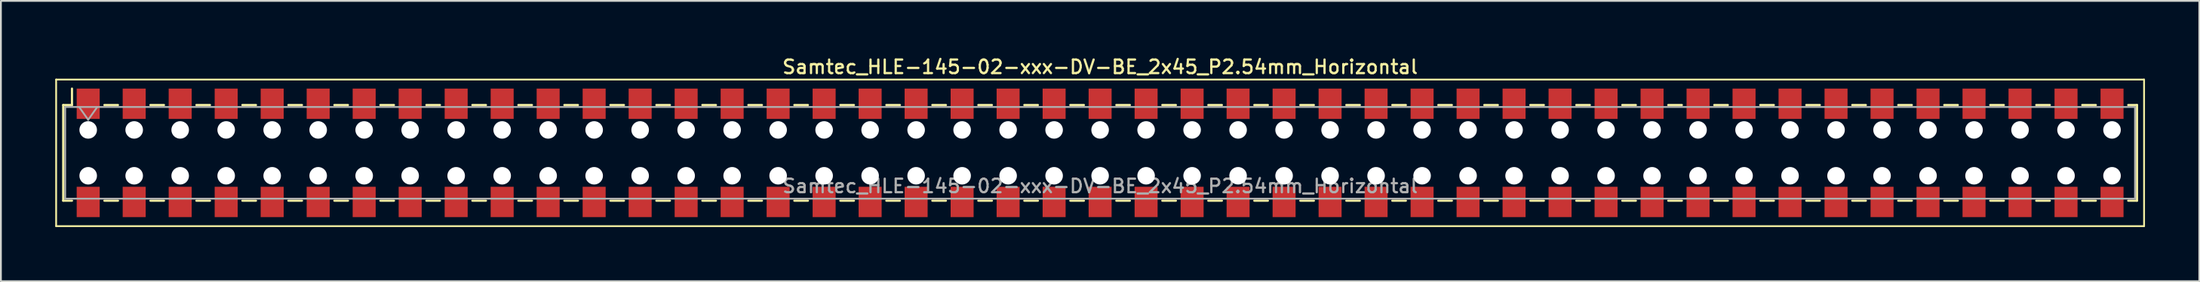
<source format=kicad_pcb>
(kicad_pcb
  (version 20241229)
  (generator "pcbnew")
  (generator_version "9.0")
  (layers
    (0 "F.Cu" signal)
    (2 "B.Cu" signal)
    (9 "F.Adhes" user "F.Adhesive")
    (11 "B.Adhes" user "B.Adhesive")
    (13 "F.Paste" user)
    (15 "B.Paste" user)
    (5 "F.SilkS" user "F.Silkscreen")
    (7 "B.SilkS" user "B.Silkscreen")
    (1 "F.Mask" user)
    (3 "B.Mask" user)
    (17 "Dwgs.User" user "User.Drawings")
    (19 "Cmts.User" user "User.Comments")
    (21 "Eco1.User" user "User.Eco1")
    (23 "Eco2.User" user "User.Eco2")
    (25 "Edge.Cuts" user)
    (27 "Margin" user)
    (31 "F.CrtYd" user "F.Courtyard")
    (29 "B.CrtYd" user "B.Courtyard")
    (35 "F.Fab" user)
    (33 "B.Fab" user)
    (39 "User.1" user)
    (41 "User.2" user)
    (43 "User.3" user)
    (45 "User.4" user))
  (footprint "Samtec_HLE-145-02-xxx-DV-BE_2x45_P2.54mm_Horizontal"
    (layer "F.Cu")
    (at 57.7 5.418)
    (property "Reference" "Samtec_HLE-145-02-xxx-DV-BE_2x45_P2.54mm_Horizontal" (at 0 -4.76 0) (layer "F.SilkS") (effects (font (size 0.75 0.75) (thickness 0.125))))
    (attr smd)
    (fp_line (start -57.65 -4.06) (end 57.65 -4.06) (stroke (width 0.1) (type solid)) (layer "F.SilkS"))
    (fp_line (start -57.65 4.06) (end -57.65 -4.06) (stroke (width 0.1) (type solid)) (layer "F.SilkS"))
    (fp_line (start -57.26 -2.65) (end -57.26 2.65) (stroke (width 0.12) (type solid)) (layer "F.SilkS"))
    (fp_line (start -57.26 2.65) (end -56.775 2.65) (stroke (width 0.12) (type solid)) (layer "F.SilkS"))
    (fp_line (start -56.775 -3.56) (end -56.775 -2.65) (stroke (width 0.12) (type solid)) (layer "F.SilkS"))
    (fp_line (start -56.775 -2.65) (end -57.26 -2.65) (stroke (width 0.12) (type solid)) (layer "F.SilkS"))
    (fp_line (start -54.985 -2.65) (end -54.235 -2.65) (stroke (width 0.12) (type solid)) (layer "F.SilkS"))
    (fp_line (start -54.985 2.65) (end -54.235 2.65) (stroke (width 0.12) (type solid)) (layer "F.SilkS"))
    (fp_line (start -52.445 -2.65) (end -51.695 -2.65) (stroke (width 0.12) (type solid)) (layer "F.SilkS"))
    (fp_line (start -52.445 2.65) (end -51.695 2.65) (stroke (width 0.12) (type solid)) (layer "F.SilkS"))
    (fp_line (start -49.905 -2.65) (end -49.155 -2.65) (stroke (width 0.12) (type solid)) (layer "F.SilkS"))
    (fp_line (start -49.905 2.65) (end -49.155 2.65) (stroke (width 0.12) (type solid)) (layer "F.SilkS"))
    (fp_line (start -47.365 -2.65) (end -46.615 -2.65) (stroke (width 0.12) (type solid)) (layer "F.SilkS"))
    (fp_line (start -47.365 2.65) (end -46.615 2.65) (stroke (width 0.12) (type solid)) (layer "F.SilkS"))
    (fp_line (start -44.825 -2.65) (end -44.075 -2.65) (stroke (width 0.12) (type solid)) (layer "F.SilkS"))
    (fp_line (start -44.825 2.65) (end -44.075 2.65) (stroke (width 0.12) (type solid)) (layer "F.SilkS"))
    (fp_line (start -42.285 -2.65) (end -41.535 -2.65) (stroke (width 0.12) (type solid)) (layer "F.SilkS"))
    (fp_line (start -42.285 2.65) (end -41.535 2.65) (stroke (width 0.12) (type solid)) (layer "F.SilkS"))
    (fp_line (start -39.745 -2.65) (end -38.995 -2.65) (stroke (width 0.12) (type solid)) (layer "F.SilkS"))
    (fp_line (start -39.745 2.65) (end -38.995 2.65) (stroke (width 0.12) (type solid)) (layer "F.SilkS"))
    (fp_line (start -37.205 -2.65) (end -36.455 -2.65) (stroke (width 0.12) (type solid)) (layer "F.SilkS"))
    (fp_line (start -37.205 2.65) (end -36.455 2.65) (stroke (width 0.12) (type solid)) (layer "F.SilkS"))
    (fp_line (start -34.665 -2.65) (end -33.915 -2.65) (stroke (width 0.12) (type solid)) (layer "F.SilkS"))
    (fp_line (start -34.665 2.65) (end -33.915 2.65) (stroke (width 0.12) (type solid)) (layer "F.SilkS"))
    (fp_line (start -32.125 -2.65) (end -31.375 -2.65) (stroke (width 0.12) (type solid)) (layer "F.SilkS"))
    (fp_line (start -32.125 2.65) (end -31.375 2.65) (stroke (width 0.12) (type solid)) (layer "F.SilkS"))
    (fp_line (start -29.585 -2.65) (end -28.835 -2.65) (stroke (width 0.12) (type solid)) (layer "F.SilkS"))
    (fp_line (start -29.585 2.65) (end -28.835 2.65) (stroke (width 0.12) (type solid)) (layer "F.SilkS"))
    (fp_line (start -27.045 -2.65) (end -26.295 -2.65) (stroke (width 0.12) (type solid)) (layer "F.SilkS"))
    (fp_line (start -27.045 2.65) (end -26.295 2.65) (stroke (width 0.12) (type solid)) (layer "F.SilkS"))
    (fp_line (start -24.505 -2.65) (end -23.755 -2.65) (stroke (width 0.12) (type solid)) (layer "F.SilkS"))
    (fp_line (start -24.505 2.65) (end -23.755 2.65) (stroke (width 0.12) (type solid)) (layer "F.SilkS"))
    (fp_line (start -21.965 -2.65) (end -21.215 -2.65) (stroke (width 0.12) (type solid)) (layer "F.SilkS"))
    (fp_line (start -21.965 2.65) (end -21.215 2.65) (stroke (width 0.12) (type solid)) (layer "F.SilkS"))
    (fp_line (start -19.425 -2.65) (end -18.675 -2.65) (stroke (width 0.12) (type solid)) (layer "F.SilkS"))
    (fp_line (start -19.425 2.65) (end -18.675 2.65) (stroke (width 0.12) (type solid)) (layer "F.SilkS"))
    (fp_line (start -16.885 -2.65) (end -16.135 -2.65) (stroke (width 0.12) (type solid)) (layer "F.SilkS"))
    (fp_line (start -16.885 2.65) (end -16.135 2.65) (stroke (width 0.12) (type solid)) (layer "F.SilkS"))
    (fp_line (start -14.345 -2.65) (end -13.595 -2.65) (stroke (width 0.12) (type solid)) (layer "F.SilkS"))
    (fp_line (start -14.345 2.65) (end -13.595 2.65) (stroke (width 0.12) (type solid)) (layer "F.SilkS"))
    (fp_line (start -11.805 -2.65) (end -11.055 -2.65) (stroke (width 0.12) (type solid)) (layer "F.SilkS"))
    (fp_line (start -11.805 2.65) (end -11.055 2.65) (stroke (width 0.12) (type solid)) (layer "F.SilkS"))
    (fp_line (start -9.265 -2.65) (end -8.515 -2.65) (stroke (width 0.12) (type solid)) (layer "F.SilkS"))
    (fp_line (start -9.265 2.65) (end -8.515 2.65) (stroke (width 0.12) (type solid)) (layer "F.SilkS"))
    (fp_line (start -6.725 -2.65) (end -5.975 -2.65) (stroke (width 0.12) (type solid)) (layer "F.SilkS"))
    (fp_line (start -6.725 2.65) (end -5.975 2.65) (stroke (width 0.12) (type solid)) (layer "F.SilkS"))
    (fp_line (start -4.185 -2.65) (end -3.435 -2.65) (stroke (width 0.12) (type solid)) (layer "F.SilkS"))
    (fp_line (start -4.185 2.65) (end -3.435 2.65) (stroke (width 0.12) (type solid)) (layer "F.SilkS"))
    (fp_line (start -1.645 -2.65) (end -0.895 -2.65) (stroke (width 0.12) (type solid)) (layer "F.SilkS"))
    (fp_line (start -1.645 2.65) (end -0.895 2.65) (stroke (width 0.12) (type solid)) (layer "F.SilkS"))
    (fp_line (start 0.895 -2.65) (end 1.645 -2.65) (stroke (width 0.12) (type solid)) (layer "F.SilkS"))
    (fp_line (start 0.895 2.65) (end 1.645 2.65) (stroke (width 0.12) (type solid)) (layer "F.SilkS"))
    (fp_line (start 3.435 -2.65) (end 4.185 -2.65) (stroke (width 0.12) (type solid)) (layer "F.SilkS"))
    (fp_line (start 3.435 2.65) (end 4.185 2.65) (stroke (width 0.12) (type solid)) (layer "F.SilkS"))
    (fp_line (start 5.975 -2.65) (end 6.725 -2.65) (stroke (width 0.12) (type solid)) (layer "F.SilkS"))
    (fp_line (start 5.975 2.65) (end 6.725 2.65) (stroke (width 0.12) (type solid)) (layer "F.SilkS"))
    (fp_line (start 8.515 -2.65) (end 9.265 -2.65) (stroke (width 0.12) (type solid)) (layer "F.SilkS"))
    (fp_line (start 8.515 2.65) (end 9.265 2.65) (stroke (width 0.12) (type solid)) (layer "F.SilkS"))
    (fp_line (start 11.055 -2.65) (end 11.805 -2.65) (stroke (width 0.12) (type solid)) (layer "F.SilkS"))
    (fp_line (start 11.055 2.65) (end 11.805 2.65) (stroke (width 0.12) (type solid)) (layer "F.SilkS"))
    (fp_line (start 13.595 -2.65) (end 14.345 -2.65) (stroke (width 0.12) (type solid)) (layer "F.SilkS"))
    (fp_line (start 13.595 2.65) (end 14.345 2.65) (stroke (width 0.12) (type solid)) (layer "F.SilkS"))
    (fp_line (start 16.135 -2.65) (end 16.885 -2.65) (stroke (width 0.12) (type solid)) (layer "F.SilkS"))
    (fp_line (start 16.135 2.65) (end 16.885 2.65) (stroke (width 0.12) (type solid)) (layer "F.SilkS"))
    (fp_line (start 18.675 -2.65) (end 19.425 -2.65) (stroke (width 0.12) (type solid)) (layer "F.SilkS"))
    (fp_line (start 18.675 2.65) (end 19.425 2.65) (stroke (width 0.12) (type solid)) (layer "F.SilkS"))
    (fp_line (start 21.215 -2.65) (end 21.965 -2.65) (stroke (width 0.12) (type solid)) (layer "F.SilkS"))
    (fp_line (start 21.215 2.65) (end 21.965 2.65) (stroke (width 0.12) (type solid)) (layer "F.SilkS"))
    (fp_line (start 23.755 -2.65) (end 24.505 -2.65) (stroke (width 0.12) (type solid)) (layer "F.SilkS"))
    (fp_line (start 23.755 2.65) (end 24.505 2.65) (stroke (width 0.12) (type solid)) (layer "F.SilkS"))
    (fp_line (start 26.295 -2.65) (end 27.045 -2.65) (stroke (width 0.12) (type solid)) (layer "F.SilkS"))
    (fp_line (start 26.295 2.65) (end 27.045 2.65) (stroke (width 0.12) (type solid)) (layer "F.SilkS"))
    (fp_line (start 28.835 -2.65) (end 29.585 -2.65) (stroke (width 0.12) (type solid)) (layer "F.SilkS"))
    (fp_line (start 28.835 2.65) (end 29.585 2.65) (stroke (width 0.12) (type solid)) (layer "F.SilkS"))
    (fp_line (start 31.375 -2.65) (end 32.125 -2.65) (stroke (width 0.12) (type solid)) (layer "F.SilkS"))
    (fp_line (start 31.375 2.65) (end 32.125 2.65) (stroke (width 0.12) (type solid)) (layer "F.SilkS"))
    (fp_line (start 33.915 -2.65) (end 34.665 -2.65) (stroke (width 0.12) (type solid)) (layer "F.SilkS"))
    (fp_line (start 33.915 2.65) (end 34.665 2.65) (stroke (width 0.12) (type solid)) (layer "F.SilkS"))
    (fp_line (start 36.455 -2.65) (end 37.205 -2.65) (stroke (width 0.12) (type solid)) (layer "F.SilkS"))
    (fp_line (start 36.455 2.65) (end 37.205 2.65) (stroke (width 0.12) (type solid)) (layer "F.SilkS"))
    (fp_line (start 38.995 -2.65) (end 39.745 -2.65) (stroke (width 0.12) (type solid)) (layer "F.SilkS"))
    (fp_line (start 38.995 2.65) (end 39.745 2.65) (stroke (width 0.12) (type solid)) (layer "F.SilkS"))
    (fp_line (start 41.535 -2.65) (end 42.285 -2.65) (stroke (width 0.12) (type solid)) (layer "F.SilkS"))
    (fp_line (start 41.535 2.65) (end 42.285 2.65) (stroke (width 0.12) (type solid)) (layer "F.SilkS"))
    (fp_line (start 44.075 -2.65) (end 44.825 -2.65) (stroke (width 0.12) (type solid)) (layer "F.SilkS"))
    (fp_line (start 44.075 2.65) (end 44.825 2.65) (stroke (width 0.12) (type solid)) (layer "F.SilkS"))
    (fp_line (start 46.615 -2.65) (end 47.365 -2.65) (stroke (width 0.12) (type solid)) (layer "F.SilkS"))
    (fp_line (start 46.615 2.65) (end 47.365 2.65) (stroke (width 0.12) (type solid)) (layer "F.SilkS"))
    (fp_line (start 49.155 -2.65) (end 49.905 -2.65) (stroke (width 0.12) (type solid)) (layer "F.SilkS"))
    (fp_line (start 49.155 2.65) (end 49.905 2.65) (stroke (width 0.12) (type solid)) (layer "F.SilkS"))
    (fp_line (start 51.695 -2.65) (end 52.445 -2.65) (stroke (width 0.12) (type solid)) (layer "F.SilkS"))
    (fp_line (start 51.695 2.65) (end 52.445 2.65) (stroke (width 0.12) (type solid)) (layer "F.SilkS"))
    (fp_line (start 54.235 -2.65) (end 54.985 -2.65) (stroke (width 0.12) (type solid)) (layer "F.SilkS"))
    (fp_line (start 54.235 2.65) (end 54.985 2.65) (stroke (width 0.12) (type solid)) (layer "F.SilkS"))
    (fp_line (start 56.775 -2.65) (end 57.26 -2.65) (stroke (width 0.12) (type solid)) (layer "F.SilkS"))
    (fp_line (start 57.26 -2.65) (end 57.26 2.65) (stroke (width 0.12) (type solid)) (layer "F.SilkS"))
    (fp_line (start 57.26 2.65) (end 56.775 2.65) (stroke (width 0.12) (type solid)) (layer "F.SilkS"))
    (fp_line (start 57.65 -4.06) (end 57.65 4.06) (stroke (width 0.1) (type solid)) (layer "F.SilkS"))
    (fp_line (start 57.65 4.06) (end -57.65 4.06) (stroke (width 0.1) (type solid)) (layer "F.SilkS"))
    (fp_line (start -57.15 -2.54) (end 57.15 -2.54) (stroke (width 0.1) (type solid)) (layer "F.Fab"))
    (fp_line (start -57.15 2.54) (end -57.15 -2.54) (stroke (width 0.1) (type solid)) (layer "F.Fab"))
    (fp_line (start -56.38 -2.54) (end -55.88 -1.833) (stroke (width 0.1) (type solid)) (layer "F.Fab"))
    (fp_line (start -55.88 -1.833) (end -55.38 -2.54) (stroke (width 0.1) (type solid)) (layer "F.Fab"))
    (fp_line (start 57.15 -2.54) (end 57.15 2.54) (stroke (width 0.1) (type solid)) (layer "F.Fab"))
    (fp_line (start 57.15 2.54) (end -57.15 2.54) (stroke (width 0.1) (type solid)) (layer "F.Fab"))
    (fp_text user "${REFERENCE}" (at 0 1.84 0) (layer "F.Fab") (effects (font (size 0.75 0.75) (thickness 0.125))))
    (pad "" np_thru_hole circle (at -55.88 -1.27) (size 0.97 0.97) (drill 0.97) (layers "*.Cu" "*.Mask"))
    (pad "" np_thru_hole circle (at -55.88 1.27) (size 0.97 0.97) (drill 0.97) (layers "*.Cu" "*.Mask"))
    (pad "" np_thru_hole circle (at -53.34 -1.27) (size 0.97 0.97) (drill 0.97) (layers "*.Cu" "*.Mask"))
    (pad "" np_thru_hole circle (at -53.34 1.27) (size 0.97 0.97) (drill 0.97) (layers "*.Cu" "*.Mask"))
    (pad "" np_thru_hole circle (at -50.8 -1.27) (size 0.97 0.97) (drill 0.97) (layers "*.Cu" "*.Mask"))
    (pad "" np_thru_hole circle (at -50.8 1.27) (size 0.97 0.97) (drill 0.97) (layers "*.Cu" "*.Mask"))
    (pad "" np_thru_hole circle (at -48.26 -1.27) (size 0.97 0.97) (drill 0.97) (layers "*.Cu" "*.Mask"))
    (pad "" np_thru_hole circle (at -48.26 1.27) (size 0.97 0.97) (drill 0.97) (layers "*.Cu" "*.Mask"))
    (pad "" np_thru_hole circle (at -45.72 -1.27) (size 0.97 0.97) (drill 0.97) (layers "*.Cu" "*.Mask"))
    (pad "" np_thru_hole circle (at -45.72 1.27) (size 0.97 0.97) (drill 0.97) (layers "*.Cu" "*.Mask"))
    (pad "" np_thru_hole circle (at -43.18 -1.27) (size 0.97 0.97) (drill 0.97) (layers "*.Cu" "*.Mask"))
    (pad "" np_thru_hole circle (at -43.18 1.27) (size 0.97 0.97) (drill 0.97) (layers "*.Cu" "*.Mask"))
    (pad "" np_thru_hole circle (at -40.64 -1.27) (size 0.97 0.97) (drill 0.97) (layers "*.Cu" "*.Mask"))
    (pad "" np_thru_hole circle (at -40.64 1.27) (size 0.97 0.97) (drill 0.97) (layers "*.Cu" "*.Mask"))
    (pad "" np_thru_hole circle (at -38.1 -1.27) (size 0.97 0.97) (drill 0.97) (layers "*.Cu" "*.Mask"))
    (pad "" np_thru_hole circle (at -38.1 1.27) (size 0.97 0.97) (drill 0.97) (layers "*.Cu" "*.Mask"))
    (pad "" np_thru_hole circle (at -35.56 -1.27) (size 0.97 0.97) (drill 0.97) (layers "*.Cu" "*.Mask"))
    (pad "" np_thru_hole circle (at -35.56 1.27) (size 0.97 0.97) (drill 0.97) (layers "*.Cu" "*.Mask"))
    (pad "" np_thru_hole circle (at -33.02 -1.27) (size 0.97 0.97) (drill 0.97) (layers "*.Cu" "*.Mask"))
    (pad "" np_thru_hole circle (at -33.02 1.27) (size 0.97 0.97) (drill 0.97) (layers "*.Cu" "*.Mask"))
    (pad "" np_thru_hole circle (at -30.48 -1.27) (size 0.97 0.97) (drill 0.97) (layers "*.Cu" "*.Mask"))
    (pad "" np_thru_hole circle (at -30.48 1.27) (size 0.97 0.97) (drill 0.97) (layers "*.Cu" "*.Mask"))
    (pad "" np_thru_hole circle (at -27.94 -1.27) (size 0.97 0.97) (drill 0.97) (layers "*.Cu" "*.Mask"))
    (pad "" np_thru_hole circle (at -27.94 1.27) (size 0.97 0.97) (drill 0.97) (layers "*.Cu" "*.Mask"))
    (pad "" np_thru_hole circle (at -25.4 -1.27) (size 0.97 0.97) (drill 0.97) (layers "*.Cu" "*.Mask"))
    (pad "" np_thru_hole circle (at -25.4 1.27) (size 0.97 0.97) (drill 0.97) (layers "*.Cu" "*.Mask"))
    (pad "" np_thru_hole circle (at -22.86 -1.27) (size 0.97 0.97) (drill 0.97) (layers "*.Cu" "*.Mask"))
    (pad "" np_thru_hole circle (at -22.86 1.27) (size 0.97 0.97) (drill 0.97) (layers "*.Cu" "*.Mask"))
    (pad "" np_thru_hole circle (at -20.32 -1.27) (size 0.97 0.97) (drill 0.97) (layers "*.Cu" "*.Mask"))
    (pad "" np_thru_hole circle (at -20.32 1.27) (size 0.97 0.97) (drill 0.97) (layers "*.Cu" "*.Mask"))
    (pad "" np_thru_hole circle (at -17.78 -1.27) (size 0.97 0.97) (drill 0.97) (layers "*.Cu" "*.Mask"))
    (pad "" np_thru_hole circle (at -17.78 1.27) (size 0.97 0.97) (drill 0.97) (layers "*.Cu" "*.Mask"))
    (pad "" np_thru_hole circle (at -15.24 -1.27) (size 0.97 0.97) (drill 0.97) (layers "*.Cu" "*.Mask"))
    (pad "" np_thru_hole circle (at -15.24 1.27) (size 0.97 0.97) (drill 0.97) (layers "*.Cu" "*.Mask"))
    (pad "" np_thru_hole circle (at -12.7 -1.27) (size 0.97 0.97) (drill 0.97) (layers "*.Cu" "*.Mask"))
    (pad "" np_thru_hole circle (at -12.7 1.27) (size 0.97 0.97) (drill 0.97) (layers "*.Cu" "*.Mask"))
    (pad "" np_thru_hole circle (at -10.16 -1.27) (size 0.97 0.97) (drill 0.97) (layers "*.Cu" "*.Mask"))
    (pad "" np_thru_hole circle (at -10.16 1.27) (size 0.97 0.97) (drill 0.97) (layers "*.Cu" "*.Mask"))
    (pad "" np_thru_hole circle (at -7.62 -1.27) (size 0.97 0.97) (drill 0.97) (layers "*.Cu" "*.Mask"))
    (pad "" np_thru_hole circle (at -7.62 1.27) (size 0.97 0.97) (drill 0.97) (layers "*.Cu" "*.Mask"))
    (pad "" np_thru_hole circle (at -5.08 -1.27) (size 0.97 0.97) (drill 0.97) (layers "*.Cu" "*.Mask"))
    (pad "" np_thru_hole circle (at -5.08 1.27) (size 0.97 0.97) (drill 0.97) (layers "*.Cu" "*.Mask"))
    (pad "" np_thru_hole circle (at -2.54 -1.27) (size 0.97 0.97) (drill 0.97) (layers "*.Cu" "*.Mask"))
    (pad "" np_thru_hole circle (at -2.54 1.27) (size 0.97 0.97) (drill 0.97) (layers "*.Cu" "*.Mask"))
    (pad "" np_thru_hole circle (at 0 -1.27) (size 0.97 0.97) (drill 0.97) (layers "*.Cu" "*.Mask"))
    (pad "" np_thru_hole circle (at 0 1.27) (size 0.97 0.97) (drill 0.97) (layers "*.Cu" "*.Mask"))
    (pad "" np_thru_hole circle (at 2.54 -1.27) (size 0.97 0.97) (drill 0.97) (layers "*.Cu" "*.Mask"))
    (pad "" np_thru_hole circle (at 2.54 1.27) (size 0.97 0.97) (drill 0.97) (layers "*.Cu" "*.Mask"))
    (pad "" np_thru_hole circle (at 5.08 -1.27) (size 0.97 0.97) (drill 0.97) (layers "*.Cu" "*.Mask"))
    (pad "" np_thru_hole circle (at 5.08 1.27) (size 0.97 0.97) (drill 0.97) (layers "*.Cu" "*.Mask"))
    (pad "" np_thru_hole circle (at 7.62 -1.27) (size 0.97 0.97) (drill 0.97) (layers "*.Cu" "*.Mask"))
    (pad "" np_thru_hole circle (at 7.62 1.27) (size 0.97 0.97) (drill 0.97) (layers "*.Cu" "*.Mask"))
    (pad "" np_thru_hole circle (at 10.16 -1.27) (size 0.97 0.97) (drill 0.97) (layers "*.Cu" "*.Mask"))
    (pad "" np_thru_hole circle (at 10.16 1.27) (size 0.97 0.97) (drill 0.97) (layers "*.Cu" "*.Mask"))
    (pad "" np_thru_hole circle (at 12.7 -1.27) (size 0.97 0.97) (drill 0.97) (layers "*.Cu" "*.Mask"))
    (pad "" np_thru_hole circle (at 12.7 1.27) (size 0.97 0.97) (drill 0.97) (layers "*.Cu" "*.Mask"))
    (pad "" np_thru_hole circle (at 15.24 -1.27) (size 0.97 0.97) (drill 0.97) (layers "*.Cu" "*.Mask"))
    (pad "" np_thru_hole circle (at 15.24 1.27) (size 0.97 0.97) (drill 0.97) (layers "*.Cu" "*.Mask"))
    (pad "" np_thru_hole circle (at 17.78 -1.27) (size 0.97 0.97) (drill 0.97) (layers "*.Cu" "*.Mask"))
    (pad "" np_thru_hole circle (at 17.78 1.27) (size 0.97 0.97) (drill 0.97) (layers "*.Cu" "*.Mask"))
    (pad "" np_thru_hole circle (at 20.32 -1.27) (size 0.97 0.97) (drill 0.97) (layers "*.Cu" "*.Mask"))
    (pad "" np_thru_hole circle (at 20.32 1.27) (size 0.97 0.97) (drill 0.97) (layers "*.Cu" "*.Mask"))
    (pad "" np_thru_hole circle (at 22.86 -1.27) (size 0.97 0.97) (drill 0.97) (layers "*.Cu" "*.Mask"))
    (pad "" np_thru_hole circle (at 22.86 1.27) (size 0.97 0.97) (drill 0.97) (layers "*.Cu" "*.Mask"))
    (pad "" np_thru_hole circle (at 25.4 -1.27) (size 0.97 0.97) (drill 0.97) (layers "*.Cu" "*.Mask"))
    (pad "" np_thru_hole circle (at 25.4 1.27) (size 0.97 0.97) (drill 0.97) (layers "*.Cu" "*.Mask"))
    (pad "" np_thru_hole circle (at 27.94 -1.27) (size 0.97 0.97) (drill 0.97) (layers "*.Cu" "*.Mask"))
    (pad "" np_thru_hole circle (at 27.94 1.27) (size 0.97 0.97) (drill 0.97) (layers "*.Cu" "*.Mask"))
    (pad "" np_thru_hole circle (at 30.48 -1.27) (size 0.97 0.97) (drill 0.97) (layers "*.Cu" "*.Mask"))
    (pad "" np_thru_hole circle (at 30.48 1.27) (size 0.97 0.97) (drill 0.97) (layers "*.Cu" "*.Mask"))
    (pad "" np_thru_hole circle (at 33.02 -1.27) (size 0.97 0.97) (drill 0.97) (layers "*.Cu" "*.Mask"))
    (pad "" np_thru_hole circle (at 33.02 1.27) (size 0.97 0.97) (drill 0.97) (layers "*.Cu" "*.Mask"))
    (pad "" np_thru_hole circle (at 35.56 -1.27) (size 0.97 0.97) (drill 0.97) (layers "*.Cu" "*.Mask"))
    (pad "" np_thru_hole circle (at 35.56 1.27) (size 0.97 0.97) (drill 0.97) (layers "*.Cu" "*.Mask"))
    (pad "" np_thru_hole circle (at 38.1 -1.27) (size 0.97 0.97) (drill 0.97) (layers "*.Cu" "*.Mask"))
    (pad "" np_thru_hole circle (at 38.1 1.27) (size 0.97 0.97) (drill 0.97) (layers "*.Cu" "*.Mask"))
    (pad "" np_thru_hole circle (at 40.64 -1.27) (size 0.97 0.97) (drill 0.97) (layers "*.Cu" "*.Mask"))
    (pad "" np_thru_hole circle (at 40.64 1.27) (size 0.97 0.97) (drill 0.97) (layers "*.Cu" "*.Mask"))
    (pad "" np_thru_hole circle (at 43.18 -1.27) (size 0.97 0.97) (drill 0.97) (layers "*.Cu" "*.Mask"))
    (pad "" np_thru_hole circle (at 43.18 1.27) (size 0.97 0.97) (drill 0.97) (layers "*.Cu" "*.Mask"))
    (pad "" np_thru_hole circle (at 45.72 -1.27) (size 0.97 0.97) (drill 0.97) (layers "*.Cu" "*.Mask"))
    (pad "" np_thru_hole circle (at 45.72 1.27) (size 0.97 0.97) (drill 0.97) (layers "*.Cu" "*.Mask"))
    (pad "" np_thru_hole circle (at 48.26 -1.27) (size 0.97 0.97) (drill 0.97) (layers "*.Cu" "*.Mask"))
    (pad "" np_thru_hole circle (at 48.26 1.27) (size 0.97 0.97) (drill 0.97) (layers "*.Cu" "*.Mask"))
    (pad "" np_thru_hole circle (at 50.8 -1.27) (size 0.97 0.97) (drill 0.97) (layers "*.Cu" "*.Mask"))
    (pad "" np_thru_hole circle (at 50.8 1.27) (size 0.97 0.97) (drill 0.97) (layers "*.Cu" "*.Mask"))
    (pad "" np_thru_hole circle (at 53.34 -1.27) (size 0.97 0.97) (drill 0.97) (layers "*.Cu" "*.Mask"))
    (pad "" np_thru_hole circle (at 53.34 1.27) (size 0.97 0.97) (drill 0.97) (layers "*.Cu" "*.Mask"))
    (pad "" np_thru_hole circle (at 55.88 -1.27) (size 0.97 0.97) (drill 0.97) (layers "*.Cu" "*.Mask"))
    (pad "" np_thru_hole circle (at 55.88 1.27) (size 0.97 0.97) (drill 0.97) (layers "*.Cu" "*.Mask"))
    (pad "1" smd rect (at -55.88 -2.72) (size 1.27 1.68) (layers "F.Cu" "F.Mask" "F.Paste"))
    (pad "2" smd rect (at -55.88 2.72) (size 1.27 1.68) (layers "F.Cu" "F.Mask" "F.Paste"))
    (pad "3" smd rect (at -53.34 -2.72) (size 1.27 1.68) (layers "F.Cu" "F.Mask" "F.Paste"))
    (pad "4" smd rect (at -53.34 2.72) (size 1.27 1.68) (layers "F.Cu" "F.Mask" "F.Paste"))
    (pad "5" smd rect (at -50.8 -2.72) (size 1.27 1.68) (layers "F.Cu" "F.Mask" "F.Paste"))
    (pad "6" smd rect (at -50.8 2.72) (size 1.27 1.68) (layers "F.Cu" "F.Mask" "F.Paste"))
    (pad "7" smd rect (at -48.26 -2.72) (size 1.27 1.68) (layers "F.Cu" "F.Mask" "F.Paste"))
    (pad "8" smd rect (at -48.26 2.72) (size 1.27 1.68) (layers "F.Cu" "F.Mask" "F.Paste"))
    (pad "9" smd rect (at -45.72 -2.72) (size 1.27 1.68) (layers "F.Cu" "F.Mask" "F.Paste"))
    (pad "10" smd rect (at -45.72 2.72) (size 1.27 1.68) (layers "F.Cu" "F.Mask" "F.Paste"))
    (pad "11" smd rect (at -43.18 -2.72) (size 1.27 1.68) (layers "F.Cu" "F.Mask" "F.Paste"))
    (pad "12" smd rect (at -43.18 2.72) (size 1.27 1.68) (layers "F.Cu" "F.Mask" "F.Paste"))
    (pad "13" smd rect (at -40.64 -2.72) (size 1.27 1.68) (layers "F.Cu" "F.Mask" "F.Paste"))
    (pad "14" smd rect (at -40.64 2.72) (size 1.27 1.68) (layers "F.Cu" "F.Mask" "F.Paste"))
    (pad "15" smd rect (at -38.1 -2.72) (size 1.27 1.68) (layers "F.Cu" "F.Mask" "F.Paste"))
    (pad "16" smd rect (at -38.1 2.72) (size 1.27 1.68) (layers "F.Cu" "F.Mask" "F.Paste"))
    (pad "17" smd rect (at -35.56 -2.72) (size 1.27 1.68) (layers "F.Cu" "F.Mask" "F.Paste"))
    (pad "18" smd rect (at -35.56 2.72) (size 1.27 1.68) (layers "F.Cu" "F.Mask" "F.Paste"))
    (pad "19" smd rect (at -33.02 -2.72) (size 1.27 1.68) (layers "F.Cu" "F.Mask" "F.Paste"))
    (pad "20" smd rect (at -33.02 2.72) (size 1.27 1.68) (layers "F.Cu" "F.Mask" "F.Paste"))
    (pad "21" smd rect (at -30.48 -2.72) (size 1.27 1.68) (layers "F.Cu" "F.Mask" "F.Paste"))
    (pad "22" smd rect (at -30.48 2.72) (size 1.27 1.68) (layers "F.Cu" "F.Mask" "F.Paste"))
    (pad "23" smd rect (at -27.94 -2.72) (size 1.27 1.68) (layers "F.Cu" "F.Mask" "F.Paste"))
    (pad "24" smd rect (at -27.94 2.72) (size 1.27 1.68) (layers "F.Cu" "F.Mask" "F.Paste"))
    (pad "25" smd rect (at -25.4 -2.72) (size 1.27 1.68) (layers "F.Cu" "F.Mask" "F.Paste"))
    (pad "26" smd rect (at -25.4 2.72) (size 1.27 1.68) (layers "F.Cu" "F.Mask" "F.Paste"))
    (pad "27" smd rect (at -22.86 -2.72) (size 1.27 1.68) (layers "F.Cu" "F.Mask" "F.Paste"))
    (pad "28" smd rect (at -22.86 2.72) (size 1.27 1.68) (layers "F.Cu" "F.Mask" "F.Paste"))
    (pad "29" smd rect (at -20.32 -2.72) (size 1.27 1.68) (layers "F.Cu" "F.Mask" "F.Paste"))
    (pad "30" smd rect (at -20.32 2.72) (size 1.27 1.68) (layers "F.Cu" "F.Mask" "F.Paste"))
    (pad "31" smd rect (at -17.78 -2.72) (size 1.27 1.68) (layers "F.Cu" "F.Mask" "F.Paste"))
    (pad "32" smd rect (at -17.78 2.72) (size 1.27 1.68) (layers "F.Cu" "F.Mask" "F.Paste"))
    (pad "33" smd rect (at -15.24 -2.72) (size 1.27 1.68) (layers "F.Cu" "F.Mask" "F.Paste"))
    (pad "34" smd rect (at -15.24 2.72) (size 1.27 1.68) (layers "F.Cu" "F.Mask" "F.Paste"))
    (pad "35" smd rect (at -12.7 -2.72) (size 1.27 1.68) (layers "F.Cu" "F.Mask" "F.Paste"))
    (pad "36" smd rect (at -12.7 2.72) (size 1.27 1.68) (layers "F.Cu" "F.Mask" "F.Paste"))
    (pad "37" smd rect (at -10.16 -2.72) (size 1.27 1.68) (layers "F.Cu" "F.Mask" "F.Paste"))
    (pad "38" smd rect (at -10.16 2.72) (size 1.27 1.68) (layers "F.Cu" "F.Mask" "F.Paste"))
    (pad "39" smd rect (at -7.62 -2.72) (size 1.27 1.68) (layers "F.Cu" "F.Mask" "F.Paste"))
    (pad "40" smd rect (at -7.62 2.72) (size 1.27 1.68) (layers "F.Cu" "F.Mask" "F.Paste"))
    (pad "41" smd rect (at -5.08 -2.72) (size 1.27 1.68) (layers "F.Cu" "F.Mask" "F.Paste"))
    (pad "42" smd rect (at -5.08 2.72) (size 1.27 1.68) (layers "F.Cu" "F.Mask" "F.Paste"))
    (pad "43" smd rect (at -2.54 -2.72) (size 1.27 1.68) (layers "F.Cu" "F.Mask" "F.Paste"))
    (pad "44" smd rect (at -2.54 2.72) (size 1.27 1.68) (layers "F.Cu" "F.Mask" "F.Paste"))
    (pad "45" smd rect (at 0 -2.72) (size 1.27 1.68) (layers "F.Cu" "F.Mask" "F.Paste"))
    (pad "46" smd rect (at 0 2.72) (size 1.27 1.68) (layers "F.Cu" "F.Mask" "F.Paste"))
    (pad "47" smd rect (at 2.54 -2.72) (size 1.27 1.68) (layers "F.Cu" "F.Mask" "F.Paste"))
    (pad "48" smd rect (at 2.54 2.72) (size 1.27 1.68) (layers "F.Cu" "F.Mask" "F.Paste"))
    (pad "49" smd rect (at 5.08 -2.72) (size 1.27 1.68) (layers "F.Cu" "F.Mask" "F.Paste"))
    (pad "50" smd rect (at 5.08 2.72) (size 1.27 1.68) (layers "F.Cu" "F.Mask" "F.Paste"))
    (pad "51" smd rect (at 7.62 -2.72) (size 1.27 1.68) (layers "F.Cu" "F.Mask" "F.Paste"))
    (pad "52" smd rect (at 7.62 2.72) (size 1.27 1.68) (layers "F.Cu" "F.Mask" "F.Paste"))
    (pad "53" smd rect (at 10.16 -2.72) (size 1.27 1.68) (layers "F.Cu" "F.Mask" "F.Paste"))
    (pad "54" smd rect (at 10.16 2.72) (size 1.27 1.68) (layers "F.Cu" "F.Mask" "F.Paste"))
    (pad "55" smd rect (at 12.7 -2.72) (size 1.27 1.68) (layers "F.Cu" "F.Mask" "F.Paste"))
    (pad "56" smd rect (at 12.7 2.72) (size 1.27 1.68) (layers "F.Cu" "F.Mask" "F.Paste"))
    (pad "57" smd rect (at 15.24 -2.72) (size 1.27 1.68) (layers "F.Cu" "F.Mask" "F.Paste"))
    (pad "58" smd rect (at 15.24 2.72) (size 1.27 1.68) (layers "F.Cu" "F.Mask" "F.Paste"))
    (pad "59" smd rect (at 17.78 -2.72) (size 1.27 1.68) (layers "F.Cu" "F.Mask" "F.Paste"))
    (pad "60" smd rect (at 17.78 2.72) (size 1.27 1.68) (layers "F.Cu" "F.Mask" "F.Paste"))
    (pad "61" smd rect (at 20.32 -2.72) (size 1.27 1.68) (layers "F.Cu" "F.Mask" "F.Paste"))
    (pad "62" smd rect (at 20.32 2.72) (size 1.27 1.68) (layers "F.Cu" "F.Mask" "F.Paste"))
    (pad "63" smd rect (at 22.86 -2.72) (size 1.27 1.68) (layers "F.Cu" "F.Mask" "F.Paste"))
    (pad "64" smd rect (at 22.86 2.72) (size 1.27 1.68) (layers "F.Cu" "F.Mask" "F.Paste"))
    (pad "65" smd rect (at 25.4 -2.72) (size 1.27 1.68) (layers "F.Cu" "F.Mask" "F.Paste"))
    (pad "66" smd rect (at 25.4 2.72) (size 1.27 1.68) (layers "F.Cu" "F.Mask" "F.Paste"))
    (pad "67" smd rect (at 27.94 -2.72) (size 1.27 1.68) (layers "F.Cu" "F.Mask" "F.Paste"))
    (pad "68" smd rect (at 27.94 2.72) (size 1.27 1.68) (layers "F.Cu" "F.Mask" "F.Paste"))
    (pad "69" smd rect (at 30.48 -2.72) (size 1.27 1.68) (layers "F.Cu" "F.Mask" "F.Paste"))
    (pad "70" smd rect (at 30.48 2.72) (size 1.27 1.68) (layers "F.Cu" "F.Mask" "F.Paste"))
    (pad "71" smd rect (at 33.02 -2.72) (size 1.27 1.68) (layers "F.Cu" "F.Mask" "F.Paste"))
    (pad "72" smd rect (at 33.02 2.72) (size 1.27 1.68) (layers "F.Cu" "F.Mask" "F.Paste"))
    (pad "73" smd rect (at 35.56 -2.72) (size 1.27 1.68) (layers "F.Cu" "F.Mask" "F.Paste"))
    (pad "74" smd rect (at 35.56 2.72) (size 1.27 1.68) (layers "F.Cu" "F.Mask" "F.Paste"))
    (pad "75" smd rect (at 38.1 -2.72) (size 1.27 1.68) (layers "F.Cu" "F.Mask" "F.Paste"))
    (pad "76" smd rect (at 38.1 2.72) (size 1.27 1.68) (layers "F.Cu" "F.Mask" "F.Paste"))
    (pad "77" smd rect (at 40.64 -2.72) (size 1.27 1.68) (layers "F.Cu" "F.Mask" "F.Paste"))
    (pad "78" smd rect (at 40.64 2.72) (size 1.27 1.68) (layers "F.Cu" "F.Mask" "F.Paste"))
    (pad "79" smd rect (at 43.18 -2.72) (size 1.27 1.68) (layers "F.Cu" "F.Mask" "F.Paste"))
    (pad "80" smd rect (at 43.18 2.72) (size 1.27 1.68) (layers "F.Cu" "F.Mask" "F.Paste"))
    (pad "81" smd rect (at 45.72 -2.72) (size 1.27 1.68) (layers "F.Cu" "F.Mask" "F.Paste"))
    (pad "82" smd rect (at 45.72 2.72) (size 1.27 1.68) (layers "F.Cu" "F.Mask" "F.Paste"))
    (pad "83" smd rect (at 48.26 -2.72) (size 1.27 1.68) (layers "F.Cu" "F.Mask" "F.Paste"))
    (pad "84" smd rect (at 48.26 2.72) (size 1.27 1.68) (layers "F.Cu" "F.Mask" "F.Paste"))
    (pad "85" smd rect (at 50.8 -2.72) (size 1.27 1.68) (layers "F.Cu" "F.Mask" "F.Paste"))
    (pad "86" smd rect (at 50.8 2.72) (size 1.27 1.68) (layers "F.Cu" "F.Mask" "F.Paste"))
    (pad "87" smd rect (at 53.34 -2.72) (size 1.27 1.68) (layers "F.Cu" "F.Mask" "F.Paste"))
    (pad "88" smd rect (at 53.34 2.72) (size 1.27 1.68) (layers "F.Cu" "F.Mask" "F.Paste"))
    (pad "89" smd rect (at 55.88 -2.72) (size 1.27 1.68) (layers "F.Cu" "F.Mask" "F.Paste"))
    (pad "90" smd rect (at 55.88 2.72) (size 1.27 1.68) (layers "F.Cu" "F.Mask" "F.Paste")))
  (gr_rect
    (start -3 -3)
    (end 118.4 12.528)
    (stroke (width 0.1) (type default))
    (fill no)
    (layer "Edge.Cuts")))
</source>
